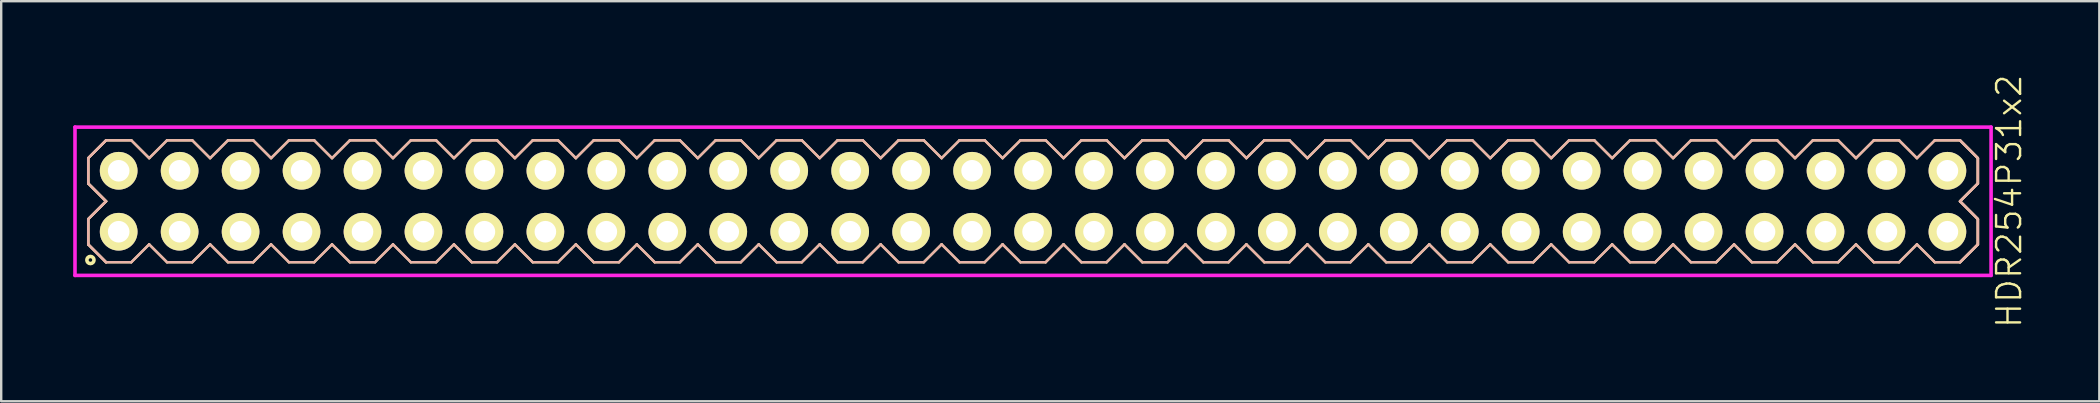
<source format=kicad_pcb>
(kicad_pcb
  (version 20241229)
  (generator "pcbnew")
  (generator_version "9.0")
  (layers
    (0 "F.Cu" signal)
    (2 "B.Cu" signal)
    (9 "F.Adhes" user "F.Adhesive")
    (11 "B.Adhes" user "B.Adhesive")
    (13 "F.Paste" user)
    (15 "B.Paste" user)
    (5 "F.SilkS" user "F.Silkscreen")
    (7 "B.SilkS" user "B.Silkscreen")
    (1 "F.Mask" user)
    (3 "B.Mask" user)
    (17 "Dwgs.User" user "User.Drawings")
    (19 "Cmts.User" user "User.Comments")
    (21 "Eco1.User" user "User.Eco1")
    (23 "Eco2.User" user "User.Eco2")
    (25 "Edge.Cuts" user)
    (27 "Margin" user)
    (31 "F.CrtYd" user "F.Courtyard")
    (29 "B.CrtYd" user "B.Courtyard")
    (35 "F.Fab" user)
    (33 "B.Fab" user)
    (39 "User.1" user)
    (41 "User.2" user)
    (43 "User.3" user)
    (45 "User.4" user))
  (footprint "HDR254P31x2"
    (layer "F.Cu")
    (at 39.995 5.336)
    (property "Reference" "HDR254P31x2" (at 40.67 0 90) (layer "F.SilkS") (effects (font (size 1 1) (thickness 0.1))))
    (attr through_hole)
    (fp_line (start -39.37 -1.796) (end -38.626 -2.54) (stroke (width 0.1) (type solid)) (layer "F.SilkS"))
    (fp_line (start -39.37 -1.796) (end -38.626 -2.54) (stroke (width 0.1) (type solid)) (layer "F.SilkS"))
    (fp_line (start -39.37 -0.744) (end -39.37 -1.796) (stroke (width 0.1) (type solid)) (layer "F.SilkS"))
    (fp_line (start -39.37 -0.744) (end -39.37 -1.796) (stroke (width 0.1) (type solid)) (layer "F.SilkS"))
    (fp_line (start -39.37 0.744) (end -38.626 0) (stroke (width 0.1) (type solid)) (layer "F.SilkS"))
    (fp_line (start -39.37 0.744) (end -38.626 0) (stroke (width 0.1) (type solid)) (layer "F.SilkS"))
    (fp_line (start -39.37 1.796) (end -39.37 0.744) (stroke (width 0.1) (type solid)) (layer "F.SilkS"))
    (fp_line (start -39.37 1.796) (end -39.37 0.744) (stroke (width 0.1) (type solid)) (layer "F.SilkS"))
    (fp_line (start -38.626 -2.54) (end -37.574 -2.54) (stroke (width 0.1) (type solid)) (layer "F.SilkS"))
    (fp_line (start -38.626 0) (end -39.37 -0.744) (stroke (width 0.1) (type solid)) (layer "F.SilkS"))
    (fp_line (start -38.626 0) (end -39.37 -0.744) (stroke (width 0.1) (type solid)) (layer "F.SilkS"))
    (fp_line (start -38.626 2.54) (end -39.37 1.796) (stroke (width 0.1) (type solid)) (layer "F.SilkS"))
    (fp_line (start -38.626 2.54) (end -39.37 1.796) (stroke (width 0.1) (type solid)) (layer "F.SilkS"))
    (fp_line (start -37.574 -2.54) (end -36.83 -1.796) (stroke (width 0.1) (type solid)) (layer "F.SilkS"))
    (fp_line (start -37.574 2.54) (end -38.626 2.54) (stroke (width 0.1) (type solid)) (layer "F.SilkS"))
    (fp_line (start -36.83 -1.796) (end -36.086 -2.54) (stroke (width 0.1) (type solid)) (layer "F.SilkS"))
    (fp_line (start -36.83 1.796) (end -37.574 2.54) (stroke (width 0.1) (type solid)) (layer "F.SilkS"))
    (fp_line (start -36.086 -2.54) (end -35.034 -2.54) (stroke (width 0.1) (type solid)) (layer "F.SilkS"))
    (fp_line (start -36.086 2.54) (end -36.83 1.796) (stroke (width 0.1) (type solid)) (layer "F.SilkS"))
    (fp_line (start -35.034 -2.54) (end -34.29 -1.796) (stroke (width 0.1) (type solid)) (layer "F.SilkS"))
    (fp_line (start -35.034 2.54) (end -36.086 2.54) (stroke (width 0.1) (type solid)) (layer "F.SilkS"))
    (fp_line (start -34.29 -1.796) (end -33.546 -2.54) (stroke (width 0.1) (type solid)) (layer "F.SilkS"))
    (fp_line (start -34.29 1.796) (end -35.034 2.54) (stroke (width 0.1) (type solid)) (layer "F.SilkS"))
    (fp_line (start -33.546 -2.54) (end -32.494 -2.54) (stroke (width 0.1) (type solid)) (layer "F.SilkS"))
    (fp_line (start -33.546 2.54) (end -34.29 1.796) (stroke (width 0.1) (type solid)) (layer "F.SilkS"))
    (fp_line (start -32.494 -2.54) (end -31.75 -1.796) (stroke (width 0.1) (type solid)) (layer "F.SilkS"))
    (fp_line (start -32.494 2.54) (end -33.546 2.54) (stroke (width 0.1) (type solid)) (layer "F.SilkS"))
    (fp_line (start -31.75 -1.796) (end -31.006 -2.54) (stroke (width 0.1) (type solid)) (layer "F.SilkS"))
    (fp_line (start -31.75 1.796) (end -32.494 2.54) (stroke (width 0.1) (type solid)) (layer "F.SilkS"))
    (fp_line (start -31.006 -2.54) (end -29.954 -2.54) (stroke (width 0.1) (type solid)) (layer "F.SilkS"))
    (fp_line (start -31.006 2.54) (end -31.75 1.796) (stroke (width 0.1) (type solid)) (layer "F.SilkS"))
    (fp_line (start -29.954 -2.54) (end -29.21 -1.796) (stroke (width 0.1) (type solid)) (layer "F.SilkS"))
    (fp_line (start -29.954 2.54) (end -31.006 2.54) (stroke (width 0.1) (type solid)) (layer "F.SilkS"))
    (fp_line (start -29.21 -1.796) (end -28.466 -2.54) (stroke (width 0.1) (type solid)) (layer "F.SilkS"))
    (fp_line (start -29.21 1.796) (end -29.954 2.54) (stroke (width 0.1) (type solid)) (layer "F.SilkS"))
    (fp_line (start -28.466 -2.54) (end -27.414 -2.54) (stroke (width 0.1) (type solid)) (layer "F.SilkS"))
    (fp_line (start -28.466 2.54) (end -29.21 1.796) (stroke (width 0.1) (type solid)) (layer "F.SilkS"))
    (fp_line (start -27.414 -2.54) (end -26.67 -1.796) (stroke (width 0.1) (type solid)) (layer "F.SilkS"))
    (fp_line (start -27.414 2.54) (end -28.466 2.54) (stroke (width 0.1) (type solid)) (layer "F.SilkS"))
    (fp_line (start -26.67 -1.796) (end -25.926 -2.54) (stroke (width 0.1) (type solid)) (layer "F.SilkS"))
    (fp_line (start -26.67 1.796) (end -27.414 2.54) (stroke (width 0.1) (type solid)) (layer "F.SilkS"))
    (fp_line (start -25.926 -2.54) (end -24.874 -2.54) (stroke (width 0.1) (type solid)) (layer "F.SilkS"))
    (fp_line (start -25.926 2.54) (end -26.67 1.796) (stroke (width 0.1) (type solid)) (layer "F.SilkS"))
    (fp_line (start -24.874 -2.54) (end -24.13 -1.796) (stroke (width 0.1) (type solid)) (layer "F.SilkS"))
    (fp_line (start -24.874 2.54) (end -25.926 2.54) (stroke (width 0.1) (type solid)) (layer "F.SilkS"))
    (fp_line (start -24.13 -1.796) (end -23.386 -2.54) (stroke (width 0.1) (type solid)) (layer "F.SilkS"))
    (fp_line (start -24.13 1.796) (end -24.874 2.54) (stroke (width 0.1) (type solid)) (layer "F.SilkS"))
    (fp_line (start -23.386 -2.54) (end -22.334 -2.54) (stroke (width 0.1) (type solid)) (layer "F.SilkS"))
    (fp_line (start -23.386 2.54) (end -24.13 1.796) (stroke (width 0.1) (type solid)) (layer "F.SilkS"))
    (fp_line (start -22.334 -2.54) (end -21.59 -1.796) (stroke (width 0.1) (type solid)) (layer "F.SilkS"))
    (fp_line (start -22.334 2.54) (end -23.386 2.54) (stroke (width 0.1) (type solid)) (layer "F.SilkS"))
    (fp_line (start -21.59 -1.796) (end -20.846 -2.54) (stroke (width 0.1) (type solid)) (layer "F.SilkS"))
    (fp_line (start -21.59 1.796) (end -22.334 2.54) (stroke (width 0.1) (type solid)) (layer "F.SilkS"))
    (fp_line (start -20.846 -2.54) (end -19.794 -2.54) (stroke (width 0.1) (type solid)) (layer "F.SilkS"))
    (fp_line (start -20.846 2.54) (end -21.59 1.796) (stroke (width 0.1) (type solid)) (layer "F.SilkS"))
    (fp_line (start -19.794 -2.54) (end -19.05 -1.796) (stroke (width 0.1) (type solid)) (layer "F.SilkS"))
    (fp_line (start -19.794 2.54) (end -20.846 2.54) (stroke (width 0.1) (type solid)) (layer "F.SilkS"))
    (fp_line (start -19.05 -1.796) (end -18.306 -2.54) (stroke (width 0.1) (type solid)) (layer "F.SilkS"))
    (fp_line (start -19.05 1.796) (end -19.794 2.54) (stroke (width 0.1) (type solid)) (layer "F.SilkS"))
    (fp_line (start -18.306 -2.54) (end -17.254 -2.54) (stroke (width 0.1) (type solid)) (layer "F.SilkS"))
    (fp_line (start -18.306 2.54) (end -19.05 1.796) (stroke (width 0.1) (type solid)) (layer "F.SilkS"))
    (fp_line (start -17.254 -2.54) (end -16.51 -1.796) (stroke (width 0.1) (type solid)) (layer "F.SilkS"))
    (fp_line (start -17.254 2.54) (end -18.306 2.54) (stroke (width 0.1) (type solid)) (layer "F.SilkS"))
    (fp_line (start -16.51 -1.796) (end -15.766 -2.54) (stroke (width 0.1) (type solid)) (layer "F.SilkS"))
    (fp_line (start -16.51 1.796) (end -17.254 2.54) (stroke (width 0.1) (type solid)) (layer "F.SilkS"))
    (fp_line (start -15.766 -2.54) (end -14.714 -2.54) (stroke (width 0.1) (type solid)) (layer "F.SilkS"))
    (fp_line (start -15.766 2.54) (end -16.51 1.796) (stroke (width 0.1) (type solid)) (layer "F.SilkS"))
    (fp_line (start -14.714 -2.54) (end -13.97 -1.796) (stroke (width 0.1) (type solid)) (layer "F.SilkS"))
    (fp_line (start -14.714 2.54) (end -15.766 2.54) (stroke (width 0.1) (type solid)) (layer "F.SilkS"))
    (fp_line (start -13.97 -1.796) (end -13.226 -2.54) (stroke (width 0.1) (type solid)) (layer "F.SilkS"))
    (fp_line (start -13.97 1.796) (end -14.714 2.54) (stroke (width 0.1) (type solid)) (layer "F.SilkS"))
    (fp_line (start -13.226 -2.54) (end -12.174 -2.54) (stroke (width 0.1) (type solid)) (layer "F.SilkS"))
    (fp_line (start -13.226 2.54) (end -13.97 1.796) (stroke (width 0.1) (type solid)) (layer "F.SilkS"))
    (fp_line (start -12.174 -2.54) (end -11.43 -1.796) (stroke (width 0.1) (type solid)) (layer "F.SilkS"))
    (fp_line (start -12.174 2.54) (end -13.226 2.54) (stroke (width 0.1) (type solid)) (layer "F.SilkS"))
    (fp_line (start -11.43 -1.796) (end -10.686 -2.54) (stroke (width 0.1) (type solid)) (layer "F.SilkS"))
    (fp_line (start -11.43 1.796) (end -12.174 2.54) (stroke (width 0.1) (type solid)) (layer "F.SilkS"))
    (fp_line (start -10.686 -2.54) (end -9.634 -2.54) (stroke (width 0.1) (type solid)) (layer "F.SilkS"))
    (fp_line (start -10.686 2.54) (end -11.43 1.796) (stroke (width 0.1) (type solid)) (layer "F.SilkS"))
    (fp_line (start -9.634 -2.54) (end -8.89 -1.796) (stroke (width 0.1) (type solid)) (layer "F.SilkS"))
    (fp_line (start -9.634 2.54) (end -10.686 2.54) (stroke (width 0.1) (type solid)) (layer "F.SilkS"))
    (fp_line (start -8.89 -1.796) (end -8.146 -2.54) (stroke (width 0.1) (type solid)) (layer "F.SilkS"))
    (fp_line (start -8.89 1.796) (end -9.634 2.54) (stroke (width 0.1) (type solid)) (layer "F.SilkS"))
    (fp_line (start -8.146 -2.54) (end -7.094 -2.54) (stroke (width 0.1) (type solid)) (layer "F.SilkS"))
    (fp_line (start -8.146 2.54) (end -8.89 1.796) (stroke (width 0.1) (type solid)) (layer "F.SilkS"))
    (fp_line (start -7.094 -2.54) (end -6.35 -1.796) (stroke (width 0.1) (type solid)) (layer "F.SilkS"))
    (fp_line (start -7.094 2.54) (end -8.146 2.54) (stroke (width 0.1) (type solid)) (layer "F.SilkS"))
    (fp_line (start -6.35 -1.796) (end -5.606 -2.54) (stroke (width 0.1) (type solid)) (layer "F.SilkS"))
    (fp_line (start -6.35 1.796) (end -7.094 2.54) (stroke (width 0.1) (type solid)) (layer "F.SilkS"))
    (fp_line (start -5.606 -2.54) (end -4.554 -2.54) (stroke (width 0.1) (type solid)) (layer "F.SilkS"))
    (fp_line (start -5.606 2.54) (end -6.35 1.796) (stroke (width 0.1) (type solid)) (layer "F.SilkS"))
    (fp_line (start -4.554 -2.54) (end -3.81 -1.796) (stroke (width 0.1) (type solid)) (layer "F.SilkS"))
    (fp_line (start -4.554 2.54) (end -5.606 2.54) (stroke (width 0.1) (type solid)) (layer "F.SilkS"))
    (fp_line (start -3.81 -1.796) (end -3.066 -2.54) (stroke (width 0.1) (type solid)) (layer "F.SilkS"))
    (fp_line (start -3.81 1.796) (end -4.554 2.54) (stroke (width 0.1) (type solid)) (layer "F.SilkS"))
    (fp_line (start -3.066 -2.54) (end -2.014 -2.54) (stroke (width 0.1) (type solid)) (layer "F.SilkS"))
    (fp_line (start -3.066 2.54) (end -3.81 1.796) (stroke (width 0.1) (type solid)) (layer "F.SilkS"))
    (fp_line (start -2.014 -2.54) (end -1.27 -1.796) (stroke (width 0.1) (type solid)) (layer "F.SilkS"))
    (fp_line (start -2.014 2.54) (end -3.066 2.54) (stroke (width 0.1) (type solid)) (layer "F.SilkS"))
    (fp_line (start -1.27 -1.796) (end -0.526 -2.54) (stroke (width 0.1) (type solid)) (layer "F.SilkS"))
    (fp_line (start -1.27 1.796) (end -2.014 2.54) (stroke (width 0.1) (type solid)) (layer "F.SilkS"))
    (fp_line (start -0.526 -2.54) (end 0.526 -2.54) (stroke (width 0.1) (type solid)) (layer "F.SilkS"))
    (fp_line (start -0.526 2.54) (end -1.27 1.796) (stroke (width 0.1) (type solid)) (layer "F.SilkS"))
    (fp_line (start 0.526 -2.54) (end 1.27 -1.796) (stroke (width 0.1) (type solid)) (layer "F.SilkS"))
    (fp_line (start 0.526 2.54) (end -0.526 2.54) (stroke (width 0.1) (type solid)) (layer "F.SilkS"))
    (fp_line (start 1.27 -1.796) (end 2.014 -2.54) (stroke (width 0.1) (type solid)) (layer "F.SilkS"))
    (fp_line (start 1.27 1.796) (end 0.526 2.54) (stroke (width 0.1) (type solid)) (layer "F.SilkS"))
    (fp_line (start 2.014 -2.54) (end 3.066 -2.54) (stroke (width 0.1) (type solid)) (layer "F.SilkS"))
    (fp_line (start 2.014 2.54) (end 1.27 1.796) (stroke (width 0.1) (type solid)) (layer "F.SilkS"))
    (fp_line (start 3.066 -2.54) (end 3.81 -1.796) (stroke (width 0.1) (type solid)) (layer "F.SilkS"))
    (fp_line (start 3.066 2.54) (end 2.014 2.54) (stroke (width 0.1) (type solid)) (layer "F.SilkS"))
    (fp_line (start 3.81 -1.796) (end 4.554 -2.54) (stroke (width 0.1) (type solid)) (layer "F.SilkS"))
    (fp_line (start 3.81 1.796) (end 3.066 2.54) (stroke (width 0.1) (type solid)) (layer "F.SilkS"))
    (fp_line (start 4.554 -2.54) (end 5.606 -2.54) (stroke (width 0.1) (type solid)) (layer "F.SilkS"))
    (fp_line (start 4.554 2.54) (end 3.81 1.796) (stroke (width 0.1) (type solid)) (layer "F.SilkS"))
    (fp_line (start 5.606 -2.54) (end 6.35 -1.796) (stroke (width 0.1) (type solid)) (layer "F.SilkS"))
    (fp_line (start 5.606 2.54) (end 4.554 2.54) (stroke (width 0.1) (type solid)) (layer "F.SilkS"))
    (fp_line (start 6.35 -1.796) (end 7.094 -2.54) (stroke (width 0.1) (type solid)) (layer "F.SilkS"))
    (fp_line (start 6.35 1.796) (end 5.606 2.54) (stroke (width 0.1) (type solid)) (layer "F.SilkS"))
    (fp_line (start 7.094 -2.54) (end 8.146 -2.54) (stroke (width 0.1) (type solid)) (layer "F.SilkS"))
    (fp_line (start 7.094 2.54) (end 6.35 1.796) (stroke (width 0.1) (type solid)) (layer "F.SilkS"))
    (fp_line (start 8.146 -2.54) (end 8.89 -1.796) (stroke (width 0.1) (type solid)) (layer "F.SilkS"))
    (fp_line (start 8.146 2.54) (end 7.094 2.54) (stroke (width 0.1) (type solid)) (layer "F.SilkS"))
    (fp_line (start 8.89 -1.796) (end 9.634 -2.54) (stroke (width 0.1) (type solid)) (layer "F.SilkS"))
    (fp_line (start 8.89 1.796) (end 8.146 2.54) (stroke (width 0.1) (type solid)) (layer "F.SilkS"))
    (fp_line (start 9.634 -2.54) (end 10.686 -2.54) (stroke (width 0.1) (type solid)) (layer "F.SilkS"))
    (fp_line (start 9.634 2.54) (end 8.89 1.796) (stroke (width 0.1) (type solid)) (layer "F.SilkS"))
    (fp_line (start 10.686 -2.54) (end 11.43 -1.796) (stroke (width 0.1) (type solid)) (layer "F.SilkS"))
    (fp_line (start 10.686 2.54) (end 9.634 2.54) (stroke (width 0.1) (type solid)) (layer "F.SilkS"))
    (fp_line (start 11.43 -1.796) (end 12.174 -2.54) (stroke (width 0.1) (type solid)) (layer "F.SilkS"))
    (fp_line (start 11.43 1.796) (end 10.686 2.54) (stroke (width 0.1) (type solid)) (layer "F.SilkS"))
    (fp_line (start 12.174 -2.54) (end 13.226 -2.54) (stroke (width 0.1) (type solid)) (layer "F.SilkS"))
    (fp_line (start 12.174 2.54) (end 11.43 1.796) (stroke (width 0.1) (type solid)) (layer "F.SilkS"))
    (fp_line (start 13.226 -2.54) (end 13.97 -1.796) (stroke (width 0.1) (type solid)) (layer "F.SilkS"))
    (fp_line (start 13.226 2.54) (end 12.174 2.54) (stroke (width 0.1) (type solid)) (layer "F.SilkS"))
    (fp_line (start 13.97 -1.796) (end 14.714 -2.54) (stroke (width 0.1) (type solid)) (layer "F.SilkS"))
    (fp_line (start 13.97 1.796) (end 13.226 2.54) (stroke (width 0.1) (type solid)) (layer "F.SilkS"))
    (fp_line (start 14.714 -2.54) (end 15.766 -2.54) (stroke (width 0.1) (type solid)) (layer "F.SilkS"))
    (fp_line (start 14.714 2.54) (end 13.97 1.796) (stroke (width 0.1) (type solid)) (layer "F.SilkS"))
    (fp_line (start 15.766 -2.54) (end 16.51 -1.796) (stroke (width 0.1) (type solid)) (layer "F.SilkS"))
    (fp_line (start 15.766 2.54) (end 14.714 2.54) (stroke (width 0.1) (type solid)) (layer "F.SilkS"))
    (fp_line (start 16.51 -1.796) (end 17.254 -2.54) (stroke (width 0.1) (type solid)) (layer "F.SilkS"))
    (fp_line (start 16.51 1.796) (end 15.766 2.54) (stroke (width 0.1) (type solid)) (layer "F.SilkS"))
    (fp_line (start 17.254 -2.54) (end 18.306 -2.54) (stroke (width 0.1) (type solid)) (layer "F.SilkS"))
    (fp_line (start 17.254 2.54) (end 16.51 1.796) (stroke (width 0.1) (type solid)) (layer "F.SilkS"))
    (fp_line (start 18.306 -2.54) (end 19.05 -1.796) (stroke (width 0.1) (type solid)) (layer "F.SilkS"))
    (fp_line (start 18.306 2.54) (end 17.254 2.54) (stroke (width 0.1) (type solid)) (layer "F.SilkS"))
    (fp_line (start 19.05 -1.796) (end 19.794 -2.54) (stroke (width 0.1) (type solid)) (layer "F.SilkS"))
    (fp_line (start 19.05 1.796) (end 18.306 2.54) (stroke (width 0.1) (type solid)) (layer "F.SilkS"))
    (fp_line (start 19.794 -2.54) (end 20.846 -2.54) (stroke (width 0.1) (type solid)) (layer "F.SilkS"))
    (fp_line (start 19.794 2.54) (end 19.05 1.796) (stroke (width 0.1) (type solid)) (layer "F.SilkS"))
    (fp_line (start 20.846 -2.54) (end 21.59 -1.796) (stroke (width 0.1) (type solid)) (layer "F.SilkS"))
    (fp_line (start 20.846 2.54) (end 19.794 2.54) (stroke (width 0.1) (type solid)) (layer "F.SilkS"))
    (fp_line (start 21.59 -1.796) (end 22.334 -2.54) (stroke (width 0.1) (type solid)) (layer "F.SilkS"))
    (fp_line (start 21.59 1.796) (end 20.846 2.54) (stroke (width 0.1) (type solid)) (layer "F.SilkS"))
    (fp_line (start 22.334 -2.54) (end 23.386 -2.54) (stroke (width 0.1) (type solid)) (layer "F.SilkS"))
    (fp_line (start 22.334 2.54) (end 21.59 1.796) (stroke (width 0.1) (type solid)) (layer "F.SilkS"))
    (fp_line (start 23.386 -2.54) (end 24.13 -1.796) (stroke (width 0.1) (type solid)) (layer "F.SilkS"))
    (fp_line (start 23.386 2.54) (end 22.334 2.54) (stroke (width 0.1) (type solid)) (layer "F.SilkS"))
    (fp_line (start 24.13 -1.796) (end 24.874 -2.54) (stroke (width 0.1) (type solid)) (layer "F.SilkS"))
    (fp_line (start 24.13 1.796) (end 23.386 2.54) (stroke (width 0.1) (type solid)) (layer "F.SilkS"))
    (fp_line (start 24.874 -2.54) (end 25.926 -2.54) (stroke (width 0.1) (type solid)) (layer "F.SilkS"))
    (fp_line (start 24.874 2.54) (end 24.13 1.796) (stroke (width 0.1) (type solid)) (layer "F.SilkS"))
    (fp_line (start 25.926 -2.54) (end 26.67 -1.796) (stroke (width 0.1) (type solid)) (layer "F.SilkS"))
    (fp_line (start 25.926 2.54) (end 24.874 2.54) (stroke (width 0.1) (type solid)) (layer "F.SilkS"))
    (fp_line (start 26.67 -1.796) (end 27.414 -2.54) (stroke (width 0.1) (type solid)) (layer "F.SilkS"))
    (fp_line (start 26.67 1.796) (end 25.926 2.54) (stroke (width 0.1) (type solid)) (layer "F.SilkS"))
    (fp_line (start 27.414 -2.54) (end 28.466 -2.54) (stroke (width 0.1) (type solid)) (layer "F.SilkS"))
    (fp_line (start 27.414 2.54) (end 26.67 1.796) (stroke (width 0.1) (type solid)) (layer "F.SilkS"))
    (fp_line (start 28.466 -2.54) (end 29.21 -1.796) (stroke (width 0.1) (type solid)) (layer "F.SilkS"))
    (fp_line (start 28.466 2.54) (end 27.414 2.54) (stroke (width 0.1) (type solid)) (layer "F.SilkS"))
    (fp_line (start 29.21 -1.796) (end 29.954 -2.54) (stroke (width 0.1) (type solid)) (layer "F.SilkS"))
    (fp_line (start 29.21 1.796) (end 28.466 2.54) (stroke (width 0.1) (type solid)) (layer "F.SilkS"))
    (fp_line (start 29.954 -2.54) (end 31.006 -2.54) (stroke (width 0.1) (type solid)) (layer "F.SilkS"))
    (fp_line (start 29.954 2.54) (end 29.21 1.796) (stroke (width 0.1) (type solid)) (layer "F.SilkS"))
    (fp_line (start 31.006 -2.54) (end 31.75 -1.796) (stroke (width 0.1) (type solid)) (layer "F.SilkS"))
    (fp_line (start 31.006 2.54) (end 29.954 2.54) (stroke (width 0.1) (type solid)) (layer "F.SilkS"))
    (fp_line (start 31.75 -1.796) (end 32.494 -2.54) (stroke (width 0.1) (type solid)) (layer "F.SilkS"))
    (fp_line (start 31.75 1.796) (end 31.006 2.54) (stroke (width 0.1) (type solid)) (layer "F.SilkS"))
    (fp_line (start 32.494 -2.54) (end 33.546 -2.54) (stroke (width 0.1) (type solid)) (layer "F.SilkS"))
    (fp_line (start 32.494 2.54) (end 31.75 1.796) (stroke (width 0.1) (type solid)) (layer "F.SilkS"))
    (fp_line (start 33.546 -2.54) (end 34.29 -1.796) (stroke (width 0.1) (type solid)) (layer "F.SilkS"))
    (fp_line (start 33.546 2.54) (end 32.494 2.54) (stroke (width 0.1) (type solid)) (layer "F.SilkS"))
    (fp_line (start 34.29 -1.796) (end 35.034 -2.54) (stroke (width 0.1) (type solid)) (layer "F.SilkS"))
    (fp_line (start 34.29 1.796) (end 33.546 2.54) (stroke (width 0.1) (type solid)) (layer "F.SilkS"))
    (fp_line (start 35.034 -2.54) (end 36.086 -2.54) (stroke (width 0.1) (type solid)) (layer "F.SilkS"))
    (fp_line (start 35.034 2.54) (end 34.29 1.796) (stroke (width 0.1) (type solid)) (layer "F.SilkS"))
    (fp_line (start 36.086 -2.54) (end 36.83 -1.796) (stroke (width 0.1) (type solid)) (layer "F.SilkS"))
    (fp_line (start 36.086 2.54) (end 35.034 2.54) (stroke (width 0.1) (type solid)) (layer "F.SilkS"))
    (fp_line (start 36.83 -1.796) (end 37.574 -2.54) (stroke (width 0.1) (type solid)) (layer "F.SilkS"))
    (fp_line (start 36.83 1.796) (end 36.086 2.54) (stroke (width 0.1) (type solid)) (layer "F.SilkS"))
    (fp_line (start 37.574 -2.54) (end 38.626 -2.54) (stroke (width 0.1) (type solid)) (layer "F.SilkS"))
    (fp_line (start 37.574 2.54) (end 36.83 1.796) (stroke (width 0.1) (type solid)) (layer "F.SilkS"))
    (fp_line (start 38.626 -2.54) (end 39.37 -1.796) (stroke (width 0.1) (type solid)) (layer "F.SilkS"))
    (fp_line (start 38.626 -2.54) (end 39.37 -1.796) (stroke (width 0.1) (type solid)) (layer "F.SilkS"))
    (fp_line (start 38.626 0) (end 39.37 0.744) (stroke (width 0.1) (type solid)) (layer "F.SilkS"))
    (fp_line (start 38.626 0) (end 39.37 0.744) (stroke (width 0.1) (type solid)) (layer "F.SilkS"))
    (fp_line (start 38.626 2.54) (end 37.574 2.54) (stroke (width 0.1) (type solid)) (layer "F.SilkS"))
    (fp_line (start 39.37 -1.796) (end 39.37 -0.744) (stroke (width 0.1) (type solid)) (layer "F.SilkS"))
    (fp_line (start 39.37 -1.796) (end 39.37 -0.744) (stroke (width 0.1) (type solid)) (layer "F.SilkS"))
    (fp_line (start 39.37 -0.744) (end 38.626 0) (stroke (width 0.1) (type solid)) (layer "F.SilkS"))
    (fp_line (start 39.37 -0.744) (end 38.626 0) (stroke (width 0.1) (type solid)) (layer "F.SilkS"))
    (fp_line (start 39.37 0.744) (end 39.37 1.796) (stroke (width 0.1) (type solid)) (layer "F.SilkS"))
    (fp_line (start 39.37 0.744) (end 39.37 1.796) (stroke (width 0.1) (type solid)) (layer "F.SilkS"))
    (fp_line (start 39.37 1.796) (end 38.626 2.54) (stroke (width 0.1) (type solid)) (layer "F.SilkS"))
    (fp_line (start 39.37 1.796) (end 38.626 2.54) (stroke (width 0.1) (type solid)) (layer "F.SilkS"))
    (fp_circle (center -39.277 2.448) (end -39.128 2.448) (stroke (width 0.15) (type solid)) (fill no) (layer "F.SilkS"))
    (fp_line (start -39.37 -1.796) (end -38.626 -2.54) (stroke (width 0.1) (type solid)) (layer "B.SilkS"))
    (fp_line (start -39.37 -1.796) (end -38.626 -2.54) (stroke (width 0.1) (type solid)) (layer "B.SilkS"))
    (fp_line (start -39.37 -0.744) (end -39.37 -1.796) (stroke (width 0.1) (type solid)) (layer "B.SilkS"))
    (fp_line (start -39.37 -0.744) (end -39.37 -1.796) (stroke (width 0.1) (type solid)) (layer "B.SilkS"))
    (fp_line (start -39.37 0.744) (end -38.626 0) (stroke (width 0.1) (type solid)) (layer "B.SilkS"))
    (fp_line (start -39.37 0.744) (end -38.626 0) (stroke (width 0.1) (type solid)) (layer "B.SilkS"))
    (fp_line (start -39.37 1.796) (end -39.37 0.744) (stroke (width 0.1) (type solid)) (layer "B.SilkS"))
    (fp_line (start -39.37 1.796) (end -39.37 0.744) (stroke (width 0.1) (type solid)) (layer "B.SilkS"))
    (fp_line (start -38.626 -2.54) (end -37.574 -2.54) (stroke (width 0.1) (type solid)) (layer "B.SilkS"))
    (fp_line (start -38.626 0) (end -39.37 -0.744) (stroke (width 0.1) (type solid)) (layer "B.SilkS"))
    (fp_line (start -38.626 0) (end -39.37 -0.744) (stroke (width 0.1) (type solid)) (layer "B.SilkS"))
    (fp_line (start -38.626 2.54) (end -39.37 1.796) (stroke (width 0.1) (type solid)) (layer "B.SilkS"))
    (fp_line (start -38.626 2.54) (end -39.37 1.796) (stroke (width 0.1) (type solid)) (layer "B.SilkS"))
    (fp_line (start -37.574 -2.54) (end -36.83 -1.796) (stroke (width 0.1) (type solid)) (layer "B.SilkS"))
    (fp_line (start -37.574 2.54) (end -38.626 2.54) (stroke (width 0.1) (type solid)) (layer "B.SilkS"))
    (fp_line (start -36.83 -1.796) (end -36.086 -2.54) (stroke (width 0.1) (type solid)) (layer "B.SilkS"))
    (fp_line (start -36.83 1.796) (end -37.574 2.54) (stroke (width 0.1) (type solid)) (layer "B.SilkS"))
    (fp_line (start -36.086 -2.54) (end -35.034 -2.54) (stroke (width 0.1) (type solid)) (layer "B.SilkS"))
    (fp_line (start -36.086 2.54) (end -36.83 1.796) (stroke (width 0.1) (type solid)) (layer "B.SilkS"))
    (fp_line (start -35.034 -2.54) (end -34.29 -1.796) (stroke (width 0.1) (type solid)) (layer "B.SilkS"))
    (fp_line (start -35.034 2.54) (end -36.086 2.54) (stroke (width 0.1) (type solid)) (layer "B.SilkS"))
    (fp_line (start -34.29 -1.796) (end -33.546 -2.54) (stroke (width 0.1) (type solid)) (layer "B.SilkS"))
    (fp_line (start -34.29 1.796) (end -35.034 2.54) (stroke (width 0.1) (type solid)) (layer "B.SilkS"))
    (fp_line (start -33.546 -2.54) (end -32.494 -2.54) (stroke (width 0.1) (type solid)) (layer "B.SilkS"))
    (fp_line (start -33.546 2.54) (end -34.29 1.796) (stroke (width 0.1) (type solid)) (layer "B.SilkS"))
    (fp_line (start -32.494 -2.54) (end -31.75 -1.796) (stroke (width 0.1) (type solid)) (layer "B.SilkS"))
    (fp_line (start -32.494 2.54) (end -33.546 2.54) (stroke (width 0.1) (type solid)) (layer "B.SilkS"))
    (fp_line (start -31.75 -1.796) (end -31.006 -2.54) (stroke (width 0.1) (type solid)) (layer "B.SilkS"))
    (fp_line (start -31.75 1.796) (end -32.494 2.54) (stroke (width 0.1) (type solid)) (layer "B.SilkS"))
    (fp_line (start -31.006 -2.54) (end -29.954 -2.54) (stroke (width 0.1) (type solid)) (layer "B.SilkS"))
    (fp_line (start -31.006 2.54) (end -31.75 1.796) (stroke (width 0.1) (type solid)) (layer "B.SilkS"))
    (fp_line (start -29.954 -2.54) (end -29.21 -1.796) (stroke (width 0.1) (type solid)) (layer "B.SilkS"))
    (fp_line (start -29.954 2.54) (end -31.006 2.54) (stroke (width 0.1) (type solid)) (layer "B.SilkS"))
    (fp_line (start -29.21 -1.796) (end -28.466 -2.54) (stroke (width 0.1) (type solid)) (layer "B.SilkS"))
    (fp_line (start -29.21 1.796) (end -29.954 2.54) (stroke (width 0.1) (type solid)) (layer "B.SilkS"))
    (fp_line (start -28.466 -2.54) (end -27.414 -2.54) (stroke (width 0.1) (type solid)) (layer "B.SilkS"))
    (fp_line (start -28.466 2.54) (end -29.21 1.796) (stroke (width 0.1) (type solid)) (layer "B.SilkS"))
    (fp_line (start -27.414 -2.54) (end -26.67 -1.796) (stroke (width 0.1) (type solid)) (layer "B.SilkS"))
    (fp_line (start -27.414 2.54) (end -28.466 2.54) (stroke (width 0.1) (type solid)) (layer "B.SilkS"))
    (fp_line (start -26.67 -1.796) (end -25.926 -2.54) (stroke (width 0.1) (type solid)) (layer "B.SilkS"))
    (fp_line (start -26.67 1.796) (end -27.414 2.54) (stroke (width 0.1) (type solid)) (layer "B.SilkS"))
    (fp_line (start -25.926 -2.54) (end -24.874 -2.54) (stroke (width 0.1) (type solid)) (layer "B.SilkS"))
    (fp_line (start -25.926 2.54) (end -26.67 1.796) (stroke (width 0.1) (type solid)) (layer "B.SilkS"))
    (fp_line (start -24.874 -2.54) (end -24.13 -1.796) (stroke (width 0.1) (type solid)) (layer "B.SilkS"))
    (fp_line (start -24.874 2.54) (end -25.926 2.54) (stroke (width 0.1) (type solid)) (layer "B.SilkS"))
    (fp_line (start -24.13 -1.796) (end -23.386 -2.54) (stroke (width 0.1) (type solid)) (layer "B.SilkS"))
    (fp_line (start -24.13 1.796) (end -24.874 2.54) (stroke (width 0.1) (type solid)) (layer "B.SilkS"))
    (fp_line (start -23.386 -2.54) (end -22.334 -2.54) (stroke (width 0.1) (type solid)) (layer "B.SilkS"))
    (fp_line (start -23.386 2.54) (end -24.13 1.796) (stroke (width 0.1) (type solid)) (layer "B.SilkS"))
    (fp_line (start -22.334 -2.54) (end -21.59 -1.796) (stroke (width 0.1) (type solid)) (layer "B.SilkS"))
    (fp_line (start -22.334 2.54) (end -23.386 2.54) (stroke (width 0.1) (type solid)) (layer "B.SilkS"))
    (fp_line (start -21.59 -1.796) (end -20.846 -2.54) (stroke (width 0.1) (type solid)) (layer "B.SilkS"))
    (fp_line (start -21.59 1.796) (end -22.334 2.54) (stroke (width 0.1) (type solid)) (layer "B.SilkS"))
    (fp_line (start -20.846 -2.54) (end -19.794 -2.54) (stroke (width 0.1) (type solid)) (layer "B.SilkS"))
    (fp_line (start -20.846 2.54) (end -21.59 1.796) (stroke (width 0.1) (type solid)) (layer "B.SilkS"))
    (fp_line (start -19.794 -2.54) (end -19.05 -1.796) (stroke (width 0.1) (type solid)) (layer "B.SilkS"))
    (fp_line (start -19.794 2.54) (end -20.846 2.54) (stroke (width 0.1) (type solid)) (layer "B.SilkS"))
    (fp_line (start -19.05 -1.796) (end -18.306 -2.54) (stroke (width 0.1) (type solid)) (layer "B.SilkS"))
    (fp_line (start -19.05 1.796) (end -19.794 2.54) (stroke (width 0.1) (type solid)) (layer "B.SilkS"))
    (fp_line (start -18.306 -2.54) (end -17.254 -2.54) (stroke (width 0.1) (type solid)) (layer "B.SilkS"))
    (fp_line (start -18.306 2.54) (end -19.05 1.796) (stroke (width 0.1) (type solid)) (layer "B.SilkS"))
    (fp_line (start -17.254 -2.54) (end -16.51 -1.796) (stroke (width 0.1) (type solid)) (layer "B.SilkS"))
    (fp_line (start -17.254 2.54) (end -18.306 2.54) (stroke (width 0.1) (type solid)) (layer "B.SilkS"))
    (fp_line (start -16.51 -1.796) (end -15.766 -2.54) (stroke (width 0.1) (type solid)) (layer "B.SilkS"))
    (fp_line (start -16.51 1.796) (end -17.254 2.54) (stroke (width 0.1) (type solid)) (layer "B.SilkS"))
    (fp_line (start -15.766 -2.54) (end -14.714 -2.54) (stroke (width 0.1) (type solid)) (layer "B.SilkS"))
    (fp_line (start -15.766 2.54) (end -16.51 1.796) (stroke (width 0.1) (type solid)) (layer "B.SilkS"))
    (fp_line (start -14.714 -2.54) (end -13.97 -1.796) (stroke (width 0.1) (type solid)) (layer "B.SilkS"))
    (fp_line (start -14.714 2.54) (end -15.766 2.54) (stroke (width 0.1) (type solid)) (layer "B.SilkS"))
    (fp_line (start -13.97 -1.796) (end -13.226 -2.54) (stroke (width 0.1) (type solid)) (layer "B.SilkS"))
    (fp_line (start -13.97 1.796) (end -14.714 2.54) (stroke (width 0.1) (type solid)) (layer "B.SilkS"))
    (fp_line (start -13.226 -2.54) (end -12.174 -2.54) (stroke (width 0.1) (type solid)) (layer "B.SilkS"))
    (fp_line (start -13.226 2.54) (end -13.97 1.796) (stroke (width 0.1) (type solid)) (layer "B.SilkS"))
    (fp_line (start -12.174 -2.54) (end -11.43 -1.796) (stroke (width 0.1) (type solid)) (layer "B.SilkS"))
    (fp_line (start -12.174 2.54) (end -13.226 2.54) (stroke (width 0.1) (type solid)) (layer "B.SilkS"))
    (fp_line (start -11.43 -1.796) (end -10.686 -2.54) (stroke (width 0.1) (type solid)) (layer "B.SilkS"))
    (fp_line (start -11.43 1.796) (end -12.174 2.54) (stroke (width 0.1) (type solid)) (layer "B.SilkS"))
    (fp_line (start -10.686 -2.54) (end -9.634 -2.54) (stroke (width 0.1) (type solid)) (layer "B.SilkS"))
    (fp_line (start -10.686 2.54) (end -11.43 1.796) (stroke (width 0.1) (type solid)) (layer "B.SilkS"))
    (fp_line (start -9.634 -2.54) (end -8.89 -1.796) (stroke (width 0.1) (type solid)) (layer "B.SilkS"))
    (fp_line (start -9.634 2.54) (end -10.686 2.54) (stroke (width 0.1) (type solid)) (layer "B.SilkS"))
    (fp_line (start -8.89 -1.796) (end -8.146 -2.54) (stroke (width 0.1) (type solid)) (layer "B.SilkS"))
    (fp_line (start -8.89 1.796) (end -9.634 2.54) (stroke (width 0.1) (type solid)) (layer "B.SilkS"))
    (fp_line (start -8.146 -2.54) (end -7.094 -2.54) (stroke (width 0.1) (type solid)) (layer "B.SilkS"))
    (fp_line (start -8.146 2.54) (end -8.89 1.796) (stroke (width 0.1) (type solid)) (layer "B.SilkS"))
    (fp_line (start -7.094 -2.54) (end -6.35 -1.796) (stroke (width 0.1) (type solid)) (layer "B.SilkS"))
    (fp_line (start -7.094 2.54) (end -8.146 2.54) (stroke (width 0.1) (type solid)) (layer "B.SilkS"))
    (fp_line (start -6.35 -1.796) (end -5.606 -2.54) (stroke (width 0.1) (type solid)) (layer "B.SilkS"))
    (fp_line (start -6.35 1.796) (end -7.094 2.54) (stroke (width 0.1) (type solid)) (layer "B.SilkS"))
    (fp_line (start -5.606 -2.54) (end -4.554 -2.54) (stroke (width 0.1) (type solid)) (layer "B.SilkS"))
    (fp_line (start -5.606 2.54) (end -6.35 1.796) (stroke (width 0.1) (type solid)) (layer "B.SilkS"))
    (fp_line (start -4.554 -2.54) (end -3.81 -1.796) (stroke (width 0.1) (type solid)) (layer "B.SilkS"))
    (fp_line (start -4.554 2.54) (end -5.606 2.54) (stroke (width 0.1) (type solid)) (layer "B.SilkS"))
    (fp_line (start -3.81 -1.796) (end -3.066 -2.54) (stroke (width 0.1) (type solid)) (layer "B.SilkS"))
    (fp_line (start -3.81 1.796) (end -4.554 2.54) (stroke (width 0.1) (type solid)) (layer "B.SilkS"))
    (fp_line (start -3.066 -2.54) (end -2.014 -2.54) (stroke (width 0.1) (type solid)) (layer "B.SilkS"))
    (fp_line (start -3.066 2.54) (end -3.81 1.796) (stroke (width 0.1) (type solid)) (layer "B.SilkS"))
    (fp_line (start -2.014 -2.54) (end -1.27 -1.796) (stroke (width 0.1) (type solid)) (layer "B.SilkS"))
    (fp_line (start -2.014 2.54) (end -3.066 2.54) (stroke (width 0.1) (type solid)) (layer "B.SilkS"))
    (fp_line (start -1.27 -1.796) (end -0.526 -2.54) (stroke (width 0.1) (type solid)) (layer "B.SilkS"))
    (fp_line (start -1.27 1.796) (end -2.014 2.54) (stroke (width 0.1) (type solid)) (layer "B.SilkS"))
    (fp_line (start -0.526 -2.54) (end 0.526 -2.54) (stroke (width 0.1) (type solid)) (layer "B.SilkS"))
    (fp_line (start -0.526 2.54) (end -1.27 1.796) (stroke (width 0.1) (type solid)) (layer "B.SilkS"))
    (fp_line (start 0.526 -2.54) (end 1.27 -1.796) (stroke (width 0.1) (type solid)) (layer "B.SilkS"))
    (fp_line (start 0.526 2.54) (end -0.526 2.54) (stroke (width 0.1) (type solid)) (layer "B.SilkS"))
    (fp_line (start 1.27 -1.796) (end 2.014 -2.54) (stroke (width 0.1) (type solid)) (layer "B.SilkS"))
    (fp_line (start 1.27 1.796) (end 0.526 2.54) (stroke (width 0.1) (type solid)) (layer "B.SilkS"))
    (fp_line (start 2.014 -2.54) (end 3.066 -2.54) (stroke (width 0.1) (type solid)) (layer "B.SilkS"))
    (fp_line (start 2.014 2.54) (end 1.27 1.796) (stroke (width 0.1) (type solid)) (layer "B.SilkS"))
    (fp_line (start 3.066 -2.54) (end 3.81 -1.796) (stroke (width 0.1) (type solid)) (layer "B.SilkS"))
    (fp_line (start 3.066 2.54) (end 2.014 2.54) (stroke (width 0.1) (type solid)) (layer "B.SilkS"))
    (fp_line (start 3.81 -1.796) (end 4.554 -2.54) (stroke (width 0.1) (type solid)) (layer "B.SilkS"))
    (fp_line (start 3.81 1.796) (end 3.066 2.54) (stroke (width 0.1) (type solid)) (layer "B.SilkS"))
    (fp_line (start 4.554 -2.54) (end 5.606 -2.54) (stroke (width 0.1) (type solid)) (layer "B.SilkS"))
    (fp_line (start 4.554 2.54) (end 3.81 1.796) (stroke (width 0.1) (type solid)) (layer "B.SilkS"))
    (fp_line (start 5.606 -2.54) (end 6.35 -1.796) (stroke (width 0.1) (type solid)) (layer "B.SilkS"))
    (fp_line (start 5.606 2.54) (end 4.554 2.54) (stroke (width 0.1) (type solid)) (layer "B.SilkS"))
    (fp_line (start 6.35 -1.796) (end 7.094 -2.54) (stroke (width 0.1) (type solid)) (layer "B.SilkS"))
    (fp_line (start 6.35 1.796) (end 5.606 2.54) (stroke (width 0.1) (type solid)) (layer "B.SilkS"))
    (fp_line (start 7.094 -2.54) (end 8.146 -2.54) (stroke (width 0.1) (type solid)) (layer "B.SilkS"))
    (fp_line (start 7.094 2.54) (end 6.35 1.796) (stroke (width 0.1) (type solid)) (layer "B.SilkS"))
    (fp_line (start 8.146 -2.54) (end 8.89 -1.796) (stroke (width 0.1) (type solid)) (layer "B.SilkS"))
    (fp_line (start 8.146 2.54) (end 7.094 2.54) (stroke (width 0.1) (type solid)) (layer "B.SilkS"))
    (fp_line (start 8.89 -1.796) (end 9.634 -2.54) (stroke (width 0.1) (type solid)) (layer "B.SilkS"))
    (fp_line (start 8.89 1.796) (end 8.146 2.54) (stroke (width 0.1) (type solid)) (layer "B.SilkS"))
    (fp_line (start 9.634 -2.54) (end 10.686 -2.54) (stroke (width 0.1) (type solid)) (layer "B.SilkS"))
    (fp_line (start 9.634 2.54) (end 8.89 1.796) (stroke (width 0.1) (type solid)) (layer "B.SilkS"))
    (fp_line (start 10.686 -2.54) (end 11.43 -1.796) (stroke (width 0.1) (type solid)) (layer "B.SilkS"))
    (fp_line (start 10.686 2.54) (end 9.634 2.54) (stroke (width 0.1) (type solid)) (layer "B.SilkS"))
    (fp_line (start 11.43 -1.796) (end 12.174 -2.54) (stroke (width 0.1) (type solid)) (layer "B.SilkS"))
    (fp_line (start 11.43 1.796) (end 10.686 2.54) (stroke (width 0.1) (type solid)) (layer "B.SilkS"))
    (fp_line (start 12.174 -2.54) (end 13.226 -2.54) (stroke (width 0.1) (type solid)) (layer "B.SilkS"))
    (fp_line (start 12.174 2.54) (end 11.43 1.796) (stroke (width 0.1) (type solid)) (layer "B.SilkS"))
    (fp_line (start 13.226 -2.54) (end 13.97 -1.796) (stroke (width 0.1) (type solid)) (layer "B.SilkS"))
    (fp_line (start 13.226 2.54) (end 12.174 2.54) (stroke (width 0.1) (type solid)) (layer "B.SilkS"))
    (fp_line (start 13.97 -1.796) (end 14.714 -2.54) (stroke (width 0.1) (type solid)) (layer "B.SilkS"))
    (fp_line (start 13.97 1.796) (end 13.226 2.54) (stroke (width 0.1) (type solid)) (layer "B.SilkS"))
    (fp_line (start 14.714 -2.54) (end 15.766 -2.54) (stroke (width 0.1) (type solid)) (layer "B.SilkS"))
    (fp_line (start 14.714 2.54) (end 13.97 1.796) (stroke (width 0.1) (type solid)) (layer "B.SilkS"))
    (fp_line (start 15.766 -2.54) (end 16.51 -1.796) (stroke (width 0.1) (type solid)) (layer "B.SilkS"))
    (fp_line (start 15.766 2.54) (end 14.714 2.54) (stroke (width 0.1) (type solid)) (layer "B.SilkS"))
    (fp_line (start 16.51 -1.796) (end 17.254 -2.54) (stroke (width 0.1) (type solid)) (layer "B.SilkS"))
    (fp_line (start 16.51 1.796) (end 15.766 2.54) (stroke (width 0.1) (type solid)) (layer "B.SilkS"))
    (fp_line (start 17.254 -2.54) (end 18.306 -2.54) (stroke (width 0.1) (type solid)) (layer "B.SilkS"))
    (fp_line (start 17.254 2.54) (end 16.51 1.796) (stroke (width 0.1) (type solid)) (layer "B.SilkS"))
    (fp_line (start 18.306 -2.54) (end 19.05 -1.796) (stroke (width 0.1) (type solid)) (layer "B.SilkS"))
    (fp_line (start 18.306 2.54) (end 17.254 2.54) (stroke (width 0.1) (type solid)) (layer "B.SilkS"))
    (fp_line (start 19.05 -1.796) (end 19.794 -2.54) (stroke (width 0.1) (type solid)) (layer "B.SilkS"))
    (fp_line (start 19.05 1.796) (end 18.306 2.54) (stroke (width 0.1) (type solid)) (layer "B.SilkS"))
    (fp_line (start 19.794 -2.54) (end 20.846 -2.54) (stroke (width 0.1) (type solid)) (layer "B.SilkS"))
    (fp_line (start 19.794 2.54) (end 19.05 1.796) (stroke (width 0.1) (type solid)) (layer "B.SilkS"))
    (fp_line (start 20.846 -2.54) (end 21.59 -1.796) (stroke (width 0.1) (type solid)) (layer "B.SilkS"))
    (fp_line (start 20.846 2.54) (end 19.794 2.54) (stroke (width 0.1) (type solid)) (layer "B.SilkS"))
    (fp_line (start 21.59 -1.796) (end 22.334 -2.54) (stroke (width 0.1) (type solid)) (layer "B.SilkS"))
    (fp_line (start 21.59 1.796) (end 20.846 2.54) (stroke (width 0.1) (type solid)) (layer "B.SilkS"))
    (fp_line (start 22.334 -2.54) (end 23.386 -2.54) (stroke (width 0.1) (type solid)) (layer "B.SilkS"))
    (fp_line (start 22.334 2.54) (end 21.59 1.796) (stroke (width 0.1) (type solid)) (layer "B.SilkS"))
    (fp_line (start 23.386 -2.54) (end 24.13 -1.796) (stroke (width 0.1) (type solid)) (layer "B.SilkS"))
    (fp_line (start 23.386 2.54) (end 22.334 2.54) (stroke (width 0.1) (type solid)) (layer "B.SilkS"))
    (fp_line (start 24.13 -1.796) (end 24.874 -2.54) (stroke (width 0.1) (type solid)) (layer "B.SilkS"))
    (fp_line (start 24.13 1.796) (end 23.386 2.54) (stroke (width 0.1) (type solid)) (layer "B.SilkS"))
    (fp_line (start 24.874 -2.54) (end 25.926 -2.54) (stroke (width 0.1) (type solid)) (layer "B.SilkS"))
    (fp_line (start 24.874 2.54) (end 24.13 1.796) (stroke (width 0.1) (type solid)) (layer "B.SilkS"))
    (fp_line (start 25.926 -2.54) (end 26.67 -1.796) (stroke (width 0.1) (type solid)) (layer "B.SilkS"))
    (fp_line (start 25.926 2.54) (end 24.874 2.54) (stroke (width 0.1) (type solid)) (layer "B.SilkS"))
    (fp_line (start 26.67 -1.796) (end 27.414 -2.54) (stroke (width 0.1) (type solid)) (layer "B.SilkS"))
    (fp_line (start 26.67 1.796) (end 25.926 2.54) (stroke (width 0.1) (type solid)) (layer "B.SilkS"))
    (fp_line (start 27.414 -2.54) (end 28.466 -2.54) (stroke (width 0.1) (type solid)) (layer "B.SilkS"))
    (fp_line (start 27.414 2.54) (end 26.67 1.796) (stroke (width 0.1) (type solid)) (layer "B.SilkS"))
    (fp_line (start 28.466 -2.54) (end 29.21 -1.796) (stroke (width 0.1) (type solid)) (layer "B.SilkS"))
    (fp_line (start 28.466 2.54) (end 27.414 2.54) (stroke (width 0.1) (type solid)) (layer "B.SilkS"))
    (fp_line (start 29.21 -1.796) (end 29.954 -2.54) (stroke (width 0.1) (type solid)) (layer "B.SilkS"))
    (fp_line (start 29.21 1.796) (end 28.466 2.54) (stroke (width 0.1) (type solid)) (layer "B.SilkS"))
    (fp_line (start 29.954 -2.54) (end 31.006 -2.54) (stroke (width 0.1) (type solid)) (layer "B.SilkS"))
    (fp_line (start 29.954 2.54) (end 29.21 1.796) (stroke (width 0.1) (type solid)) (layer "B.SilkS"))
    (fp_line (start 31.006 -2.54) (end 31.75 -1.796) (stroke (width 0.1) (type solid)) (layer "B.SilkS"))
    (fp_line (start 31.006 2.54) (end 29.954 2.54) (stroke (width 0.1) (type solid)) (layer "B.SilkS"))
    (fp_line (start 31.75 -1.796) (end 32.494 -2.54) (stroke (width 0.1) (type solid)) (layer "B.SilkS"))
    (fp_line (start 31.75 1.796) (end 31.006 2.54) (stroke (width 0.1) (type solid)) (layer "B.SilkS"))
    (fp_line (start 32.494 -2.54) (end 33.546 -2.54) (stroke (width 0.1) (type solid)) (layer "B.SilkS"))
    (fp_line (start 32.494 2.54) (end 31.75 1.796) (stroke (width 0.1) (type solid)) (layer "B.SilkS"))
    (fp_line (start 33.546 -2.54) (end 34.29 -1.796) (stroke (width 0.1) (type solid)) (layer "B.SilkS"))
    (fp_line (start 33.546 2.54) (end 32.494 2.54) (stroke (width 0.1) (type solid)) (layer "B.SilkS"))
    (fp_line (start 34.29 -1.796) (end 35.034 -2.54) (stroke (width 0.1) (type solid)) (layer "B.SilkS"))
    (fp_line (start 34.29 1.796) (end 33.546 2.54) (stroke (width 0.1) (type solid)) (layer "B.SilkS"))
    (fp_line (start 35.034 -2.54) (end 36.086 -2.54) (stroke (width 0.1) (type solid)) (layer "B.SilkS"))
    (fp_line (start 35.034 2.54) (end 34.29 1.796) (stroke (width 0.1) (type solid)) (layer "B.SilkS"))
    (fp_line (start 36.086 -2.54) (end 36.83 -1.796) (stroke (width 0.1) (type solid)) (layer "B.SilkS"))
    (fp_line (start 36.086 2.54) (end 35.034 2.54) (stroke (width 0.1) (type solid)) (layer "B.SilkS"))
    (fp_line (start 36.83 -1.796) (end 37.574 -2.54) (stroke (width 0.1) (type solid)) (layer "B.SilkS"))
    (fp_line (start 36.83 1.796) (end 36.086 2.54) (stroke (width 0.1) (type solid)) (layer "B.SilkS"))
    (fp_line (start 37.574 -2.54) (end 38.626 -2.54) (stroke (width 0.1) (type solid)) (layer "B.SilkS"))
    (fp_line (start 37.574 2.54) (end 36.83 1.796) (stroke (width 0.1) (type solid)) (layer "B.SilkS"))
    (fp_line (start 38.626 -2.54) (end 39.37 -1.796) (stroke (width 0.1) (type solid)) (layer "B.SilkS"))
    (fp_line (start 38.626 -2.54) (end 39.37 -1.796) (stroke (width 0.1) (type solid)) (layer "B.SilkS"))
    (fp_line (start 38.626 0) (end 39.37 0.744) (stroke (width 0.1) (type solid)) (layer "B.SilkS"))
    (fp_line (start 38.626 0) (end 39.37 0.744) (stroke (width 0.1) (type solid)) (layer "B.SilkS"))
    (fp_line (start 38.626 2.54) (end 37.574 2.54) (stroke (width 0.1) (type solid)) (layer "B.SilkS"))
    (fp_line (start 39.37 -1.796) (end 39.37 -0.744) (stroke (width 0.1) (type solid)) (layer "B.SilkS"))
    (fp_line (start 39.37 -1.796) (end 39.37 -0.744) (stroke (width 0.1) (type solid)) (layer "B.SilkS"))
    (fp_line (start 39.37 -0.744) (end 38.626 0) (stroke (width 0.1) (type solid)) (layer "B.SilkS"))
    (fp_line (start 39.37 -0.744) (end 38.626 0) (stroke (width 0.1) (type solid)) (layer "B.SilkS"))
    (fp_line (start 39.37 0.744) (end 39.37 1.796) (stroke (width 0.1) (type solid)) (layer "B.SilkS"))
    (fp_line (start 39.37 0.744) (end 39.37 1.796) (stroke (width 0.1) (type solid)) (layer "B.SilkS"))
    (fp_line (start 39.37 1.796) (end 38.626 2.54) (stroke (width 0.1) (type solid)) (layer "B.SilkS"))
    (fp_line (start 39.37 1.796) (end 38.626 2.54) (stroke (width 0.1) (type solid)) (layer "B.SilkS"))
    (fp_line (start -39.92 -3.09) (end -39.92 3.09) (stroke (width 0.15) (type solid)) (layer "F.CrtYd"))
    (fp_line (start -39.92 3.09) (end 39.92 3.09) (stroke (width 0.15) (type solid)) (layer "F.CrtYd"))
    (fp_line (start 39.92 -3.09) (end -39.92 -3.09) (stroke (width 0.15) (type solid)) (layer "F.CrtYd"))
    (fp_line (start 39.92 3.09) (end 39.92 -3.09) (stroke (width 0.15) (type solid)) (layer "F.CrtYd"))
    (pad "1" thru_hole oval (at -38.1 1.27) (size 1.57 1.57) (drill 0.9) (layers "*.Cu" "*.Mask" "F.SilkS"))
    (pad "2" thru_hole oval (at -38.1 -1.27) (size 1.57 1.57) (drill 0.9) (layers "*.Cu" "*.Mask" "F.SilkS"))
    (pad "3" thru_hole oval (at -35.56 1.27) (size 1.57 1.57) (drill 0.9) (layers "*.Cu" "*.Mask" "F.SilkS"))
    (pad "4" thru_hole oval (at -35.56 -1.27) (size 1.57 1.57) (drill 0.9) (layers "*.Cu" "*.Mask" "F.SilkS"))
    (pad "5" thru_hole oval (at -33.02 1.27) (size 1.57 1.57) (drill 0.9) (layers "*.Cu" "*.Mask" "F.SilkS"))
    (pad "6" thru_hole oval (at -33.02 -1.27) (size 1.57 1.57) (drill 0.9) (layers "*.Cu" "*.Mask" "F.SilkS"))
    (pad "7" thru_hole oval (at -30.48 1.27) (size 1.57 1.57) (drill 0.9) (layers "*.Cu" "*.Mask" "F.SilkS"))
    (pad "8" thru_hole oval (at -30.48 -1.27) (size 1.57 1.57) (drill 0.9) (layers "*.Cu" "*.Mask" "F.SilkS"))
    (pad "9" thru_hole oval (at -27.94 1.27) (size 1.57 1.57) (drill 0.9) (layers "*.Cu" "*.Mask" "F.SilkS"))
    (pad "10" thru_hole oval (at -27.94 -1.27) (size 1.57 1.57) (drill 0.9) (layers "*.Cu" "*.Mask" "F.SilkS"))
    (pad "11" thru_hole oval (at -25.4 1.27) (size 1.57 1.57) (drill 0.9) (layers "*.Cu" "*.Mask" "F.SilkS"))
    (pad "12" thru_hole oval (at -25.4 -1.27) (size 1.57 1.57) (drill 0.9) (layers "*.Cu" "*.Mask" "F.SilkS"))
    (pad "13" thru_hole oval (at -22.86 1.27) (size 1.57 1.57) (drill 0.9) (layers "*.Cu" "*.Mask" "F.SilkS"))
    (pad "14" thru_hole oval (at -22.86 -1.27) (size 1.57 1.57) (drill 0.9) (layers "*.Cu" "*.Mask" "F.SilkS"))
    (pad "15" thru_hole oval (at -20.32 1.27) (size 1.57 1.57) (drill 0.9) (layers "*.Cu" "*.Mask" "F.SilkS"))
    (pad "16" thru_hole oval (at -20.32 -1.27) (size 1.57 1.57) (drill 0.9) (layers "*.Cu" "*.Mask" "F.SilkS"))
    (pad "17" thru_hole oval (at -17.78 1.27) (size 1.57 1.57) (drill 0.9) (layers "*.Cu" "*.Mask" "F.SilkS"))
    (pad "18" thru_hole oval (at -17.78 -1.27) (size 1.57 1.57) (drill 0.9) (layers "*.Cu" "*.Mask" "F.SilkS"))
    (pad "19" thru_hole oval (at -15.24 1.27) (size 1.57 1.57) (drill 0.9) (layers "*.Cu" "*.Mask" "F.SilkS"))
    (pad "20" thru_hole oval (at -15.24 -1.27) (size 1.57 1.57) (drill 0.9) (layers "*.Cu" "*.Mask" "F.SilkS"))
    (pad "21" thru_hole oval (at -12.7 1.27) (size 1.57 1.57) (drill 0.9) (layers "*.Cu" "*.Mask" "F.SilkS"))
    (pad "22" thru_hole oval (at -12.7 -1.27) (size 1.57 1.57) (drill 0.9) (layers "*.Cu" "*.Mask" "F.SilkS"))
    (pad "23" thru_hole oval (at -10.16 1.27) (size 1.57 1.57) (drill 0.9) (layers "*.Cu" "*.Mask" "F.SilkS"))
    (pad "24" thru_hole oval (at -10.16 -1.27) (size 1.57 1.57) (drill 0.9) (layers "*.Cu" "*.Mask" "F.SilkS"))
    (pad "25" thru_hole oval (at -7.62 1.27) (size 1.57 1.57) (drill 0.9) (layers "*.Cu" "*.Mask" "F.SilkS"))
    (pad "26" thru_hole oval (at -7.62 -1.27) (size 1.57 1.57) (drill 0.9) (layers "*.Cu" "*.Mask" "F.SilkS"))
    (pad "27" thru_hole oval (at -5.08 1.27) (size 1.57 1.57) (drill 0.9) (layers "*.Cu" "*.Mask" "F.SilkS"))
    (pad "28" thru_hole oval (at -5.08 -1.27) (size 1.57 1.57) (drill 0.9) (layers "*.Cu" "*.Mask" "F.SilkS"))
    (pad "29" thru_hole oval (at -2.54 1.27) (size 1.57 1.57) (drill 0.9) (layers "*.Cu" "*.Mask" "F.SilkS"))
    (pad "30" thru_hole oval (at -2.54 -1.27) (size 1.57 1.57) (drill 0.9) (layers "*.Cu" "*.Mask" "F.SilkS"))
    (pad "31" thru_hole oval (at 0 1.27) (size 1.57 1.57) (drill 0.9) (layers "*.Cu" "*.Mask" "F.SilkS"))
    (pad "32" thru_hole oval (at 0 -1.27) (size 1.57 1.57) (drill 0.9) (layers "*.Cu" "*.Mask" "F.SilkS"))
    (pad "33" thru_hole oval (at 2.54 1.27) (size 1.57 1.57) (drill 0.9) (layers "*.Cu" "*.Mask" "F.SilkS"))
    (pad "34" thru_hole oval (at 2.54 -1.27) (size 1.57 1.57) (drill 0.9) (layers "*.Cu" "*.Mask" "F.SilkS"))
    (pad "35" thru_hole oval (at 5.08 1.27) (size 1.57 1.57) (drill 0.9) (layers "*.Cu" "*.Mask" "F.SilkS"))
    (pad "36" thru_hole oval (at 5.08 -1.27) (size 1.57 1.57) (drill 0.9) (layers "*.Cu" "*.Mask" "F.SilkS"))
    (pad "37" thru_hole oval (at 7.62 1.27) (size 1.57 1.57) (drill 0.9) (layers "*.Cu" "*.Mask" "F.SilkS"))
    (pad "38" thru_hole oval (at 7.62 -1.27) (size 1.57 1.57) (drill 0.9) (layers "*.Cu" "*.Mask" "F.SilkS"))
    (pad "39" thru_hole oval (at 10.16 1.27) (size 1.57 1.57) (drill 0.9) (layers "*.Cu" "*.Mask" "F.SilkS"))
    (pad "40" thru_hole oval (at 10.16 -1.27) (size 1.57 1.57) (drill 0.9) (layers "*.Cu" "*.Mask" "F.SilkS"))
    (pad "41" thru_hole oval (at 12.7 1.27) (size 1.57 1.57) (drill 0.9) (layers "*.Cu" "*.Mask" "F.SilkS"))
    (pad "42" thru_hole oval (at 12.7 -1.27) (size 1.57 1.57) (drill 0.9) (layers "*.Cu" "*.Mask" "F.SilkS"))
    (pad "43" thru_hole oval (at 15.24 1.27) (size 1.57 1.57) (drill 0.9) (layers "*.Cu" "*.Mask" "F.SilkS"))
    (pad "44" thru_hole oval (at 15.24 -1.27) (size 1.57 1.57) (drill 0.9) (layers "*.Cu" "*.Mask" "F.SilkS"))
    (pad "45" thru_hole oval (at 17.78 1.27) (size 1.57 1.57) (drill 0.9) (layers "*.Cu" "*.Mask" "F.SilkS"))
    (pad "46" thru_hole oval (at 17.78 -1.27) (size 1.57 1.57) (drill 0.9) (layers "*.Cu" "*.Mask" "F.SilkS"))
    (pad "47" thru_hole oval (at 20.32 1.27) (size 1.57 1.57) (drill 0.9) (layers "*.Cu" "*.Mask" "F.SilkS"))
    (pad "48" thru_hole oval (at 20.32 -1.27) (size 1.57 1.57) (drill 0.9) (layers "*.Cu" "*.Mask" "F.SilkS"))
    (pad "49" thru_hole oval (at 22.86 1.27) (size 1.57 1.57) (drill 0.9) (layers "*.Cu" "*.Mask" "F.SilkS"))
    (pad "50" thru_hole oval (at 22.86 -1.27) (size 1.57 1.57) (drill 0.9) (layers "*.Cu" "*.Mask" "F.SilkS"))
    (pad "51" thru_hole oval (at 25.4 1.27) (size 1.57 1.57) (drill 0.9) (layers "*.Cu" "*.Mask" "F.SilkS"))
    (pad "52" thru_hole oval (at 25.4 -1.27) (size 1.57 1.57) (drill 0.9) (layers "*.Cu" "*.Mask" "F.SilkS"))
    (pad "53" thru_hole oval (at 27.94 1.27) (size 1.57 1.57) (drill 0.9) (layers "*.Cu" "*.Mask" "F.SilkS"))
    (pad "54" thru_hole oval (at 27.94 -1.27) (size 1.57 1.57) (drill 0.9) (layers "*.Cu" "*.Mask" "F.SilkS"))
    (pad "55" thru_hole oval (at 30.48 1.27) (size 1.57 1.57) (drill 0.9) (layers "*.Cu" "*.Mask" "F.SilkS"))
    (pad "56" thru_hole oval (at 30.48 -1.27) (size 1.57 1.57) (drill 0.9) (layers "*.Cu" "*.Mask" "F.SilkS"))
    (pad "57" thru_hole oval (at 33.02 1.27) (size 1.57 1.57) (drill 0.9) (layers "*.Cu" "*.Mask" "F.SilkS"))
    (pad "58" thru_hole oval (at 33.02 -1.27) (size 1.57 1.57) (drill 0.9) (layers "*.Cu" "*.Mask" "F.SilkS"))
    (pad "59" thru_hole oval (at 35.56 1.27) (size 1.57 1.57) (drill 0.9) (layers "*.Cu" "*.Mask" "F.SilkS"))
    (pad "60" thru_hole oval (at 35.56 -1.27) (size 1.57 1.57) (drill 0.9) (layers "*.Cu" "*.Mask" "F.SilkS"))
    (pad "61" thru_hole oval (at 38.1 1.27) (size 1.57 1.57) (drill 0.9) (layers "*.Cu" "*.Mask" "F.SilkS"))
    (pad "62" thru_hole oval (at 38.1 -1.27) (size 1.57 1.57) (drill 0.9) (layers "*.Cu" "*.Mask" "F.SilkS")))
  (gr_rect
    (start -3 -3)
    (end 84.425 13.671)
    (stroke (width 0.1) (type default))
    (fill no)
    (layer "Edge.Cuts")))
</source>
